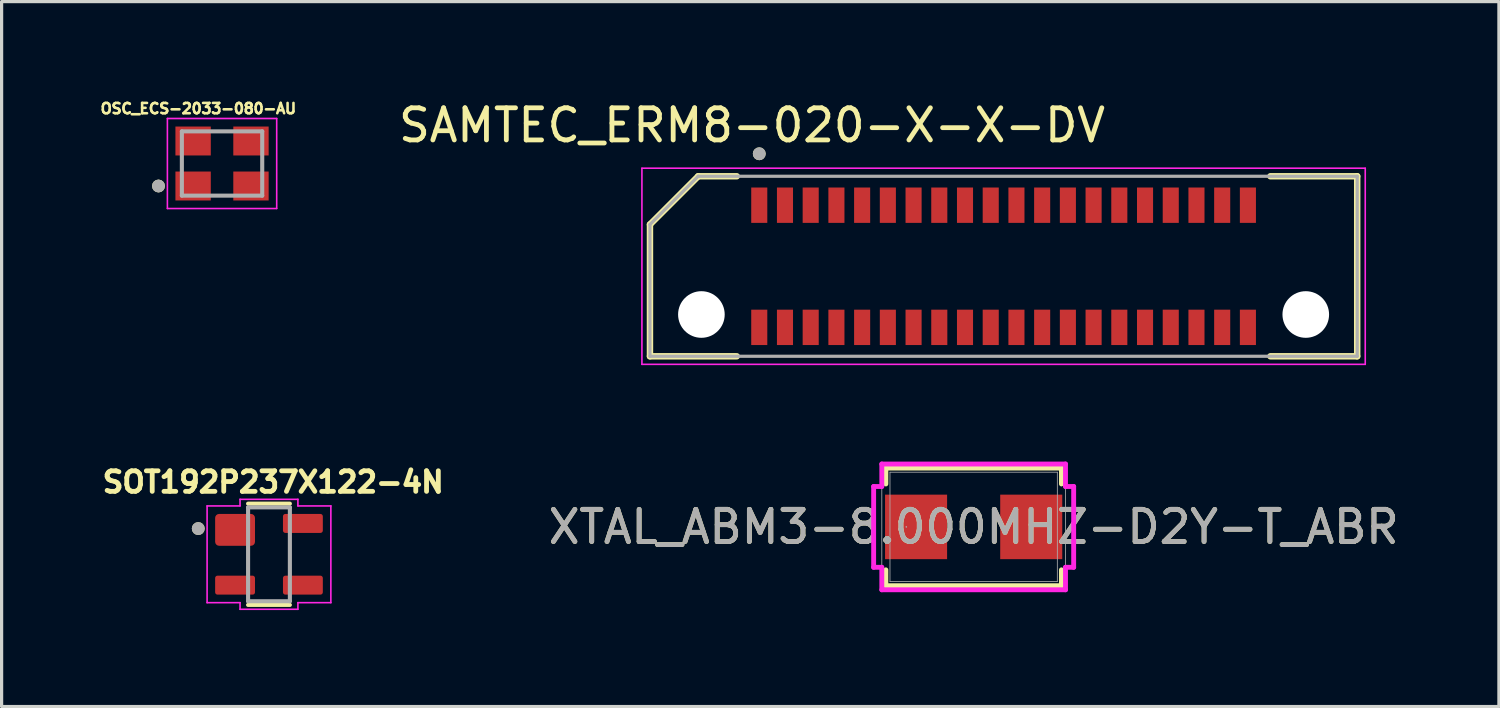
<source format=kicad_pcb>
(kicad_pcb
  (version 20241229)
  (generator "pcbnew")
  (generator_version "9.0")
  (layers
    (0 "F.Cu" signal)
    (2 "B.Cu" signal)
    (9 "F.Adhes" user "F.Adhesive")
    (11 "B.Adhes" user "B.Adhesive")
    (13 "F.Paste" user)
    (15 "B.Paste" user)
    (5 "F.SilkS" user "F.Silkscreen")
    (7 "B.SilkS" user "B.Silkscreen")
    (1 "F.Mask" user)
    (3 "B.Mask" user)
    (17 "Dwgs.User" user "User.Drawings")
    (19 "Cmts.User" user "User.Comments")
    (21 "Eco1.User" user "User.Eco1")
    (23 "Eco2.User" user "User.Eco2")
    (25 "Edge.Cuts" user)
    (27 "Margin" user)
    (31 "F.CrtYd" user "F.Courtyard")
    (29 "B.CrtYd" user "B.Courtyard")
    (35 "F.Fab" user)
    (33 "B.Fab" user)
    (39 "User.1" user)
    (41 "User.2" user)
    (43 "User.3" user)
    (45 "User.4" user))
  (footprint "SOT192P237X122-4N"
    (layer "F.Cu")
    (at 5.317 14.192)
    (property "Reference" "SOT192P237X122-4N" (at 0.132 -2.246 0) (layer "F.SilkS") (effects (font (size 0.64 0.64) (thickness 0.15))))
    (attr smd)
    (fp_line (start -0.65 1.575) (end 0.65 1.575) (stroke (width 0.127) (type solid)) (layer "F.SilkS"))
    (fp_line (start 0.65 -1.575) (end -0.65 -1.575) (stroke (width 0.127) (type solid)) (layer "F.SilkS"))
    (fp_circle (center -2.2 -0.8) (end -2.1 -0.8) (stroke (width 0.2) (type solid)) (fill no) (layer "F.SilkS"))
    (fp_line (start -1.925 -1.505) (end -1.925 1.505) (stroke (width 0.05) (type solid)) (layer "F.CrtYd"))
    (fp_line (start -1.925 1.505) (end -0.9 1.505) (stroke (width 0.05) (type solid)) (layer "F.CrtYd"))
    (fp_line (start -0.9 -1.71) (end -0.9 -1.505) (stroke (width 0.05) (type solid)) (layer "F.CrtYd"))
    (fp_line (start -0.9 -1.505) (end -1.925 -1.505) (stroke (width 0.05) (type solid)) (layer "F.CrtYd"))
    (fp_line (start -0.9 1.505) (end -0.9 1.71) (stroke (width 0.05) (type solid)) (layer "F.CrtYd"))
    (fp_line (start -0.9 1.71) (end 0.9 1.71) (stroke (width 0.05) (type solid)) (layer "F.CrtYd"))
    (fp_line (start 0.9 -1.71) (end -0.9 -1.71) (stroke (width 0.05) (type solid)) (layer "F.CrtYd"))
    (fp_line (start 0.9 -1.505) (end 0.9 -1.71) (stroke (width 0.05) (type solid)) (layer "F.CrtYd"))
    (fp_line (start 0.9 1.505) (end 1.925 1.505) (stroke (width 0.05) (type solid)) (layer "F.CrtYd"))
    (fp_line (start 0.9 1.71) (end 0.9 1.505) (stroke (width 0.05) (type solid)) (layer "F.CrtYd"))
    (fp_line (start 1.925 -1.505) (end 0.9 -1.505) (stroke (width 0.05) (type solid)) (layer "F.CrtYd"))
    (fp_line (start 1.925 1.505) (end 1.925 -1.505) (stroke (width 0.05) (type solid)) (layer "F.CrtYd"))
    (fp_line (start -0.65 -1.46) (end -0.65 1.46) (stroke (width 0.127) (type solid)) (layer "F.Fab"))
    (fp_line (start -0.65 1.46) (end 0.65 1.46) (stroke (width 0.127) (type solid)) (layer "F.Fab"))
    (fp_line (start 0.65 -1.46) (end -0.65 -1.46) (stroke (width 0.127) (type solid)) (layer "F.Fab"))
    (fp_line (start 0.65 1.46) (end 0.65 -1.46) (stroke (width 0.127) (type solid)) (layer "F.Fab"))
    (fp_circle (center -2.2 -0.8) (end -2.1 -0.8) (stroke (width 0.2) (type solid)) (fill no) (layer "F.Fab"))
    (pad "1" smd roundrect (at -1.055 -0.76) (size 1.24 0.99) (layers "F.Cu" "F.Mask" "F.Paste") (roundrect_rratio 0.125))
    (pad "2" smd roundrect (at -1.055 0.96) (size 1.24 0.59) (layers "F.Cu" "F.Mask" "F.Paste") (roundrect_rratio 0.125))
    (pad "3" smd roundrect (at 1.055 0.96) (size 1.24 0.59) (layers "F.Cu" "F.Mask" "F.Paste") (roundrect_rratio 0.125))
    (pad "4" smd roundrect (at 1.055 -0.96) (size 1.24 0.59) (layers "F.Cu" "F.Mask" "F.Paste") (roundrect_rratio 0.125)))
  (footprint "SAMTEC_ERM8-020-X-X-DV"
    (layer "F.Cu")
    (at 28.168 5.233)
    (property "Reference" "SAMTEC_ERM8-020-X-X-DV" (at -7.825 -4.385 0) (layer "F.SilkS") (effects (font (size 1 1) (thickness 0.15))))
    (attr smd)
    (fp_line (start -11 -1.3) (end -9.5 -2.8) (stroke (width 0.2) (type solid)) (layer "F.SilkS"))
    (fp_line (start -11 2.8) (end -11 -1.3) (stroke (width 0.2) (type solid)) (layer "F.SilkS"))
    (fp_line (start -11 2.8) (end -8.3 2.8) (stroke (width 0.2) (type solid)) (layer "F.SilkS"))
    (fp_line (start -9.5 -2.8) (end -8.3 -2.8) (stroke (width 0.2) (type solid)) (layer "F.SilkS"))
    (fp_line (start 8.3 -2.8) (end 11 -2.8) (stroke (width 0.2) (type solid)) (layer "F.SilkS"))
    (fp_line (start 11 -2.8) (end 11 2.8) (stroke (width 0.2) (type solid)) (layer "F.SilkS"))
    (fp_line (start 11 2.8) (end 8.3 2.8) (stroke (width 0.2) (type solid)) (layer "F.SilkS"))
    (fp_circle (center -7.6 -3.5) (end -7.5 -3.5) (stroke (width 0.2) (type solid)) (fill no) (layer "F.SilkS"))
    (fp_line (start -11.25 -3.05) (end 11.25 -3.05) (stroke (width 0.05) (type solid)) (layer "F.CrtYd"))
    (fp_line (start -11.25 3.05) (end -11.25 -3.05) (stroke (width 0.05) (type solid)) (layer "F.CrtYd"))
    (fp_line (start 11.25 -3.05) (end 11.25 3.05) (stroke (width 0.05) (type solid)) (layer "F.CrtYd"))
    (fp_line (start 11.25 3.05) (end -11.25 3.05) (stroke (width 0.05) (type solid)) (layer "F.CrtYd"))
    (fp_line (start -11 -1.3) (end -9.5 -2.8) (stroke (width 0.1) (type solid)) (layer "F.Fab"))
    (fp_line (start -11 2.8) (end -11 -1.3) (stroke (width 0.1) (type solid)) (layer "F.Fab"))
    (fp_line (start -9.5 -2.8) (end 11 -2.8) (stroke (width 0.1) (type solid)) (layer "F.Fab"))
    (fp_line (start 11 -2.8) (end 11 2.8) (stroke (width 0.1) (type solid)) (layer "F.Fab"))
    (fp_line (start 11 2.8) (end -11 2.8) (stroke (width 0.1) (type solid)) (layer "F.Fab"))
    (fp_circle (center -7.6 -3.5) (end -7.5 -3.5) (stroke (width 0.2) (type solid)) (fill no) (layer "F.Fab"))
    (pad "" np_thru_hole circle (at -9.4 1.5) (size 1.45 1.45) (drill 1.45) (layers "*.Cu" "*.Mask"))
    (pad "" np_thru_hole circle (at 9.4 1.5) (size 1.45 1.45) (drill 1.45) (layers "*.Cu" "*.Mask"))
    (pad "01" smd rect (at -7.6 -1.9) (size 0.5 1.1) (layers "F.Cu" "F.Mask" "F.Paste"))
    (pad "02" smd rect (at -7.6 1.9) (size 0.5 1.1) (layers "F.Cu" "F.Mask" "F.Paste"))
    (pad "03" smd rect (at -6.8 -1.9) (size 0.5 1.1) (layers "F.Cu" "F.Mask" "F.Paste"))
    (pad "04" smd rect (at -6.8 1.9) (size 0.5 1.1) (layers "F.Cu" "F.Mask" "F.Paste"))
    (pad "05" smd rect (at -6 -1.9) (size 0.5 1.1) (layers "F.Cu" "F.Mask" "F.Paste"))
    (pad "06" smd rect (at -6 1.9) (size 0.5 1.1) (layers "F.Cu" "F.Mask" "F.Paste"))
    (pad "07" smd rect (at -5.2 -1.9) (size 0.5 1.1) (layers "F.Cu" "F.Mask" "F.Paste"))
    (pad "08" smd rect (at -5.2 1.9) (size 0.5 1.1) (layers "F.Cu" "F.Mask" "F.Paste"))
    (pad "09" smd rect (at -4.4 -1.9) (size 0.5 1.1) (layers "F.Cu" "F.Mask" "F.Paste"))
    (pad "10" smd rect (at -4.4 1.9) (size 0.5 1.1) (layers "F.Cu" "F.Mask" "F.Paste"))
    (pad "11" smd rect (at -3.6 -1.9) (size 0.5 1.1) (layers "F.Cu" "F.Mask" "F.Paste"))
    (pad "12" smd rect (at -3.6 1.9) (size 0.5 1.1) (layers "F.Cu" "F.Mask" "F.Paste"))
    (pad "13" smd rect (at -2.8 -1.9) (size 0.5 1.1) (layers "F.Cu" "F.Mask" "F.Paste"))
    (pad "14" smd rect (at -2.8 1.9) (size 0.5 1.1) (layers "F.Cu" "F.Mask" "F.Paste"))
    (pad "15" smd rect (at -2 -1.9) (size 0.5 1.1) (layers "F.Cu" "F.Mask" "F.Paste"))
    (pad "16" smd rect (at -2 1.9) (size 0.5 1.1) (layers "F.Cu" "F.Mask" "F.Paste"))
    (pad "17" smd rect (at -1.2 -1.9) (size 0.5 1.1) (layers "F.Cu" "F.Mask" "F.Paste"))
    (pad "18" smd rect (at -1.2 1.9) (size 0.5 1.1) (layers "F.Cu" "F.Mask" "F.Paste"))
    (pad "19" smd rect (at -0.4 -1.9) (size 0.5 1.1) (layers "F.Cu" "F.Mask" "F.Paste"))
    (pad "20" smd rect (at -0.4 1.9) (size 0.5 1.1) (layers "F.Cu" "F.Mask" "F.Paste"))
    (pad "21" smd rect (at 0.4 -1.9) (size 0.5 1.1) (layers "F.Cu" "F.Mask" "F.Paste"))
    (pad "22" smd rect (at 0.4 1.9) (size 0.5 1.1) (layers "F.Cu" "F.Mask" "F.Paste"))
    (pad "23" smd rect (at 1.2 -1.9) (size 0.5 1.1) (layers "F.Cu" "F.Mask" "F.Paste"))
    (pad "24" smd rect (at 1.2 1.9) (size 0.5 1.1) (layers "F.Cu" "F.Mask" "F.Paste"))
    (pad "25" smd rect (at 2 -1.9) (size 0.5 1.1) (layers "F.Cu" "F.Mask" "F.Paste"))
    (pad "26" smd rect (at 2 1.9) (size 0.5 1.1) (layers "F.Cu" "F.Mask" "F.Paste"))
    (pad "27" smd rect (at 2.8 -1.9) (size 0.5 1.1) (layers "F.Cu" "F.Mask" "F.Paste"))
    (pad "28" smd rect (at 2.8 1.9) (size 0.5 1.1) (layers "F.Cu" "F.Mask" "F.Paste"))
    (pad "29" smd rect (at 3.6 -1.9) (size 0.5 1.1) (layers "F.Cu" "F.Mask" "F.Paste"))
    (pad "30" smd rect (at 3.6 1.9) (size 0.5 1.1) (layers "F.Cu" "F.Mask" "F.Paste"))
    (pad "31" smd rect (at 4.4 -1.9) (size 0.5 1.1) (layers "F.Cu" "F.Mask" "F.Paste"))
    (pad "32" smd rect (at 4.4 1.9) (size 0.5 1.1) (layers "F.Cu" "F.Mask" "F.Paste"))
    (pad "33" smd rect (at 5.2 -1.9) (size 0.5 1.1) (layers "F.Cu" "F.Mask" "F.Paste"))
    (pad "34" smd rect (at 5.2 1.9) (size 0.5 1.1) (layers "F.Cu" "F.Mask" "F.Paste"))
    (pad "35" smd rect (at 6 -1.9) (size 0.5 1.1) (layers "F.Cu" "F.Mask" "F.Paste"))
    (pad "36" smd rect (at 6 1.9) (size 0.5 1.1) (layers "F.Cu" "F.Mask" "F.Paste"))
    (pad "37" smd rect (at 6.8 -1.9) (size 0.5 1.1) (layers "F.Cu" "F.Mask" "F.Paste"))
    (pad "38" smd rect (at 6.8 1.9) (size 0.5 1.1) (layers "F.Cu" "F.Mask" "F.Paste"))
    (pad "39" smd rect (at 7.6 -1.9) (size 0.5 1.1) (layers "F.Cu" "F.Mask" "F.Paste"))
    (pad "40" smd rect (at 7.6 1.9) (size 0.5 1.1) (layers "F.Cu" "F.Mask" "F.Paste")))
  (footprint "OSC_ECS-2033-080-AU"
    (layer "F.Cu")
    (at 3.857 2.036)
    (property "Reference" "OSC_ECS-2033-080-AU" (at -0.736 -1.708 0) (layer "F.SilkS") (effects (font (size 0.321 0.321) (thickness 0.15))))
    (attr smd)
    (fp_circle (center -1.977 0.7) (end -1.877 0.7) (stroke (width 0.2) (type solid)) (fill no) (layer "F.SilkS"))
    (fp_line (start -1.7 -1.4) (end 1.7 -1.4) (stroke (width 0.05) (type solid)) (layer "F.CrtYd"))
    (fp_line (start -1.7 1.4) (end -1.7 -1.4) (stroke (width 0.05) (type solid)) (layer "F.CrtYd"))
    (fp_line (start 1.7 -1.4) (end 1.7 1.4) (stroke (width 0.05) (type solid)) (layer "F.CrtYd"))
    (fp_line (start 1.7 1.4) (end -1.7 1.4) (stroke (width 0.05) (type solid)) (layer "F.CrtYd"))
    (fp_line (start -1.25 -1) (end 1.25 -1) (stroke (width 0.127) (type solid)) (layer "F.Fab"))
    (fp_line (start -1.25 1) (end -1.25 -1) (stroke (width 0.127) (type solid)) (layer "F.Fab"))
    (fp_line (start 1.25 -1) (end 1.25 1) (stroke (width 0.127) (type solid)) (layer "F.Fab"))
    (fp_line (start 1.25 1) (end -1.25 1) (stroke (width 0.127) (type solid)) (layer "F.Fab"))
    (fp_circle (center -1.977 0.7) (end -1.877 0.7) (stroke (width 0.2) (type solid)) (fill no) (layer "F.Fab"))
    (pad "1" smd rect (at -0.9 0.7) (size 1.1 0.9) (layers "F.Cu" "F.Mask" "F.Paste"))
    (pad "2" smd rect (at 0.9 0.7) (size 1.1 0.9) (layers "F.Cu" "F.Mask" "F.Paste"))
    (pad "3" smd rect (at 0.9 -0.7) (size 1.1 0.9) (layers "F.Cu" "F.Mask" "F.Paste"))
    (pad "4" smd rect (at -0.9 -0.7) (size 1.1 0.9) (layers "F.Cu" "F.Mask" "F.Paste")))
  (footprint "XTAL_ABM3-8.000MHZ-D2Y-T_ABR"
    (layer "F.Cu")
    (at 27.237 13.34)
    (property "Reference" "XTAL_ABM3-8.000MHZ-D2Y-T_ABR" (at 0 0 0) (unlocked yes) (layer "F.SilkS") (effects (font (size 1 1) (thickness 0.15))))
    (attr smd)
    (fp_line (start -2.731 -1.829) (end -2.731 -1.336) (stroke (width 0.152) (type solid)) (layer "F.SilkS"))
    (fp_line (start -2.731 1.336) (end -2.731 1.829) (stroke (width 0.152) (type solid)) (layer "F.SilkS"))
    (fp_line (start -2.731 1.829) (end 2.731 1.829) (stroke (width 0.152) (type solid)) (layer "F.SilkS"))
    (fp_line (start 2.731 -1.829) (end -2.731 -1.829) (stroke (width 0.152) (type solid)) (layer "F.SilkS"))
    (fp_line (start 2.731 -1.336) (end 2.731 -1.829) (stroke (width 0.152) (type solid)) (layer "F.SilkS"))
    (fp_line (start 2.731 1.829) (end 2.731 1.336) (stroke (width 0.152) (type solid)) (layer "F.SilkS"))
    (fp_line (start -3.111 -1.257) (end -2.857 -1.257) (stroke (width 0.152) (type solid)) (layer "F.CrtYd"))
    (fp_line (start -3.111 1.257) (end -3.111 -1.257) (stroke (width 0.152) (type solid)) (layer "F.CrtYd"))
    (fp_line (start -2.857 -1.956) (end 2.857 -1.956) (stroke (width 0.152) (type solid)) (layer "F.CrtYd"))
    (fp_line (start -2.857 -1.257) (end -2.857 -1.956) (stroke (width 0.152) (type solid)) (layer "F.CrtYd"))
    (fp_line (start -2.857 1.257) (end -3.111 1.257) (stroke (width 0.152) (type solid)) (layer "F.CrtYd"))
    (fp_line (start -2.857 1.956) (end -2.857 1.257) (stroke (width 0.152) (type solid)) (layer "F.CrtYd"))
    (fp_line (start 2.857 -1.956) (end 2.857 -1.257) (stroke (width 0.152) (type solid)) (layer "F.CrtYd"))
    (fp_line (start 2.857 -1.257) (end 3.111 -1.257) (stroke (width 0.152) (type solid)) (layer "F.CrtYd"))
    (fp_line (start 2.857 1.257) (end 2.857 1.956) (stroke (width 0.152) (type solid)) (layer "F.CrtYd"))
    (fp_line (start 2.857 1.956) (end -2.857 1.956) (stroke (width 0.152) (type solid)) (layer "F.CrtYd"))
    (fp_line (start 3.111 -1.257) (end 3.111 1.257) (stroke (width 0.152) (type solid)) (layer "F.CrtYd"))
    (fp_line (start 3.111 1.257) (end 2.857 1.257) (stroke (width 0.152) (type solid)) (layer "F.CrtYd"))
    (fp_line (start -2.857 -1.956) (end 2.857 -1.956) (stroke (width 0.025) (type solid)) (layer "F.Fab"))
    (fp_line (start -2.857 1.956) (end -2.857 -1.956) (stroke (width 0.025) (type solid)) (layer "F.Fab"))
    (fp_line (start -2.603 -1.702) (end -2.603 1.702) (stroke (width 0.025) (type solid)) (layer "F.Fab"))
    (fp_line (start -2.603 1.702) (end 2.603 1.702) (stroke (width 0.025) (type solid)) (layer "F.Fab"))
    (fp_line (start 2.603 -1.702) (end -2.603 -1.702) (stroke (width 0.025) (type solid)) (layer "F.Fab"))
    (fp_line (start 2.603 1.702) (end 2.603 -1.702) (stroke (width 0.025) (type solid)) (layer "F.Fab"))
    (fp_line (start 2.857 -1.956) (end 2.857 1.956) (stroke (width 0.025) (type solid)) (layer "F.Fab"))
    (fp_line (start 2.857 1.956) (end -2.857 1.956) (stroke (width 0.025) (type solid)) (layer "F.Fab"))
    (fp_circle (center -2.095 0) (end -2.095 0) (stroke (width 0.025) (type solid)) (fill no) (layer "F.Fab"))
    (fp_text user "${REFERENCE}" (at 0 0 0) (unlocked yes) (layer "F.Fab") (effects (font (size 1 1) (thickness 0.15))))
    (pad "1" smd rect (at -1.791 0 90) (size 2.007 1.93) (layers "F.Cu" "F.Mask" "F.Paste"))
    (pad "2" smd rect (at 1.791 0 90) (size 2.007 1.93) (layers "F.Cu" "F.Mask" "F.Paste"))
    (zone (net_name "") (layer "F.Cu") (hatch full 0.508) (connect_pads) (min_thickness 0.254) (filled_areas_thickness no) (keepout (tracks not_allowed) (vias not_allowed) (pads allowed) (copperpour not_allowed) (footprints allowed)) (placement (enabled no)) (fill) (polygon (pts (xy 24.684 11.689) (xy 29.789 11.689) (xy 29.789 12.286) (xy 24.684 12.286))))
    (zone (net_name "") (layer "F.Cu") (hatch full 0.508) (connect_pads) (min_thickness 0.254) (filled_areas_thickness no) (keepout (tracks not_allowed) (vias not_allowed) (pads allowed) (copperpour not_allowed) (footprints allowed)) (placement (enabled no)) (fill) (polygon (pts (xy 24.684 14.394) (xy 29.789 14.394) (xy 29.789 14.991) (xy 24.684 14.991))))
    (zone (net_name "") (layer "F.Cu") (hatch full 0.508) (connect_pads) (min_thickness 0.254) (filled_areas_thickness no) (keepout (tracks not_allowed) (vias not_allowed) (pads allowed) (copperpour not_allowed) (footprints allowed)) (placement (enabled no)) (fill) (polygon (pts (xy 26.462 12.286) (xy 28.011 12.286) (xy 28.011 14.394) (xy 26.462 14.394)))))
  (gr_rect
    (start -3 -3)
    (end 43.576 18.927)
    (stroke (width 0.1) (type default))
    (fill no)
    (layer "Edge.Cuts")))
</source>
